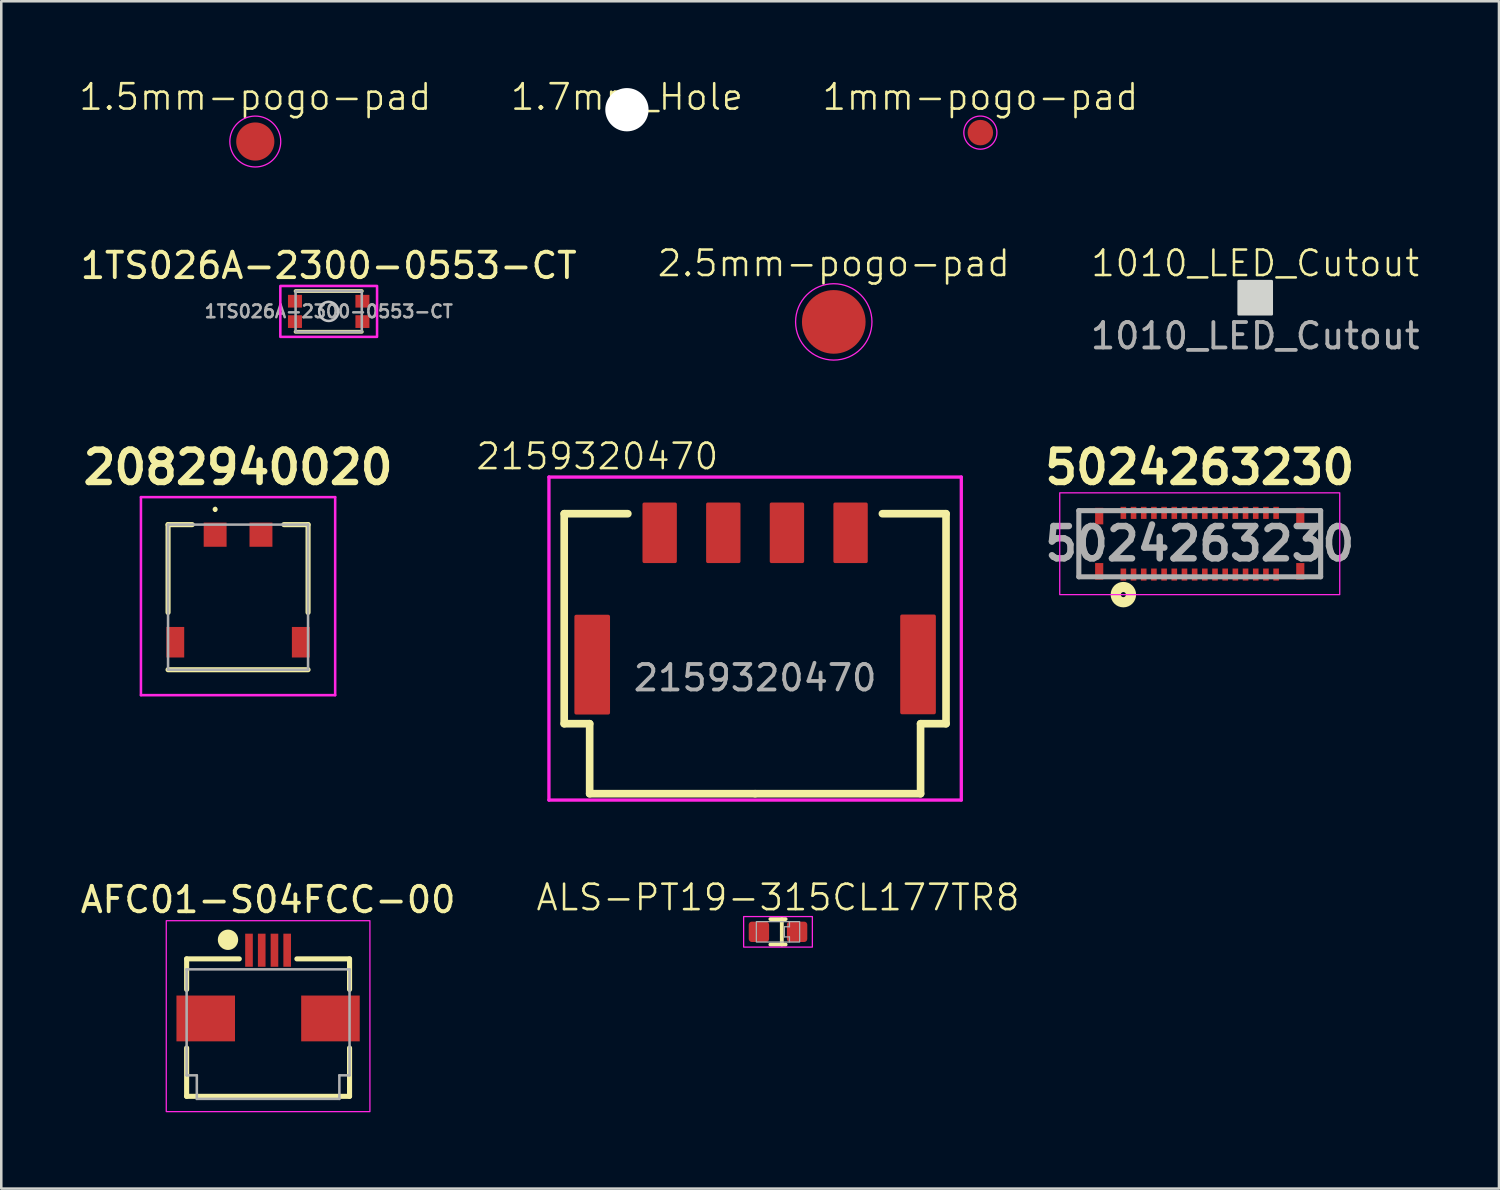
<source format=kicad_pcb>
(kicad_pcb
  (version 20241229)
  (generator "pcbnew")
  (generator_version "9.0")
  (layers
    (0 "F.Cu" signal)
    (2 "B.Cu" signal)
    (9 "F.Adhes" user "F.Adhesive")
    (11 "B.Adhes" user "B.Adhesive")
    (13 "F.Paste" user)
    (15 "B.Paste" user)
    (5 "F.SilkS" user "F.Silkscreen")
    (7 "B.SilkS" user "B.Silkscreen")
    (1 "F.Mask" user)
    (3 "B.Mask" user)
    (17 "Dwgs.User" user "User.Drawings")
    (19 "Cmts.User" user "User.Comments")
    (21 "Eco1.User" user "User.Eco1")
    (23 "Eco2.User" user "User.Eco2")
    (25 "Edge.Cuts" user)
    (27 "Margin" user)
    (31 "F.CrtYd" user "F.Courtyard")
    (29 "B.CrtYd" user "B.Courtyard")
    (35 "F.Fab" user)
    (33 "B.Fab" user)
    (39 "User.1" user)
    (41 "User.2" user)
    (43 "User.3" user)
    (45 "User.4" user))
  (footprint "2.5mm-pogo-pad"
    (layer "F.Cu")
    (at 29.705 9.596)
    (property "Reference" "2.5mm-pogo-pad" (at 0 -2.3 0) (unlocked yes) (layer "F.SilkS") (effects (font (size 1 1) (thickness 0.1))))
    (attr smd exclude_from_pos_files exclude_from_bom)
    (fp_circle (center 0 0) (end 1.5 0) (stroke (width 0.05) (type default)) (fill no) (layer "F.CrtYd"))
    (pad "1" smd circle (at 0 0) (size 2.5 2.5) (layers "F.Cu" "F.Mask")))
  (footprint "1mm-pogo-pad"
    (layer "F.Cu")
    (at 35.464 2.16)
    (property "Reference" "1mm-pogo-pad" (at 0 -1.4 0) (unlocked yes) (layer "F.SilkS") (effects (font (size 1 1) (thickness 0.1))))
    (attr smd exclude_from_pos_files exclude_from_bom)
    (fp_circle (center 0 0) (end 0 -0.65) (stroke (width 0.05) (type default)) (fill no) (layer "F.CrtYd"))
    (pad "1" smd circle (at 0 0) (size 1 1) (layers "F.Cu" "F.Mask")))
  (footprint "1.7mm_Hole"
    (layer "F.Cu")
    (at 21.579 1.26)
    (property "Reference" "1.7mm_Hole" (at 0 -0.5 0) (unlocked yes) (layer "F.SilkS") (effects (font (size 1 1) (thickness 0.1))))
    (pad "" np_thru_hole circle (at 0 0) (size 1.7 1.7) (drill 1.7) (layers "*.Cu" "*.Mask")))
  (footprint "AFC01-S04FCC-00"
    (layer "F.Cu")
    (at 7.482 35.62)
    (property "Reference" "AFC01-S04FCC-00" (at 0 -3.325 0) (layer "F.SilkS") (effects (font (size 1 1) (thickness 0.15))))
    (fp_line (start -3.2 -1) (end -3.2 0.2) (stroke (width 0.2) (type default)) (layer "F.SilkS"))
    (fp_line (start -3.2 2.5) (end -3.2 4.4) (stroke (width 0.2) (type default)) (layer "F.SilkS"))
    (fp_line (start -3.2 4.4) (end 3.2 4.4) (stroke (width 0.2) (type default)) (layer "F.SilkS"))
    (fp_line (start -1.131 -1) (end -3.2 -1) (stroke (width 0.2) (type default)) (layer "F.SilkS"))
    (fp_line (start 3.2 -1) (end 1.131 -1) (stroke (width 0.2) (type default)) (layer "F.SilkS"))
    (fp_line (start 3.2 0.2) (end 3.2 -1) (stroke (width 0.2) (type default)) (layer "F.SilkS"))
    (fp_line (start 3.2 4.4) (end 3.2 2.5) (stroke (width 0.2) (type default)) (layer "F.SilkS"))
    (fp_circle (center -1.575 -1.75) (end -1.375 -1.75) (stroke (width 0.4) (type default)) (fill no) (layer "F.SilkS"))
    (fp_rect (start -4 -2.5) (end 4 5) (stroke (width 0.05) (type default)) (fill no) (layer "F.CrtYd"))
    (fp_line (start -3.2 -0.59) (end 3.2 -0.59) (stroke (width 0.1) (type default)) (layer "F.Fab"))
    (fp_line (start -3.2 -0.58) (end -3.2 -0.59) (stroke (width 0.1) (type default)) (layer "F.Fab"))
    (fp_line (start -3.2 3.575) (end -3.2 -0.58) (stroke (width 0.1) (type default)) (layer "F.Fab"))
    (fp_line (start -2.8 3.575) (end -3.2 3.575) (stroke (width 0.1) (type default)) (layer "F.Fab"))
    (fp_line (start -2.8 4.5) (end -2.8 3.575) (stroke (width 0.1) (type default)) (layer "F.Fab"))
    (fp_line (start 2.8 3.575) (end 2.8 4.5) (stroke (width 0.1) (type default)) (layer "F.Fab"))
    (fp_line (start 2.8 4.5) (end -2.8 4.5) (stroke (width 0.1) (type default)) (layer "F.Fab"))
    (fp_line (start 3.2 -0.59) (end 3.2 3.575) (stroke (width 0.1) (type default)) (layer "F.Fab"))
    (fp_line (start 3.2 3.575) (end 2.8 3.575) (stroke (width 0.1) (type default)) (layer "F.Fab"))
    (pad "1" smd rect (at -0.75 -1.34) (size 0.3 1.3) (layers "F.Cu" "F.Mask" "F.Paste"))
    (pad "2" smd rect (at -0.25 -1.34) (size 0.3 1.3) (layers "F.Cu" "F.Mask" "F.Paste"))
    (pad "3" smd rect (at 0.25 -1.34) (size 0.3 1.3) (layers "F.Cu" "F.Mask" "F.Paste"))
    (pad "4" smd rect (at 0.75 -1.34) (size 0.3 1.3) (layers "F.Cu" "F.Mask" "F.Paste"))
    (pad "5" smd rect (at 2.45 1.34) (size 2.3 1.8) (layers "F.Cu" "F.Mask" "F.Paste"))
    (pad "6" smd rect (at -2.45 1.34) (size 2.3 1.8) (layers "F.Cu" "F.Mask" "F.Paste")))
  (footprint "2159320470"
    (layer "F.Cu")
    (at 26.615 17.881)
    (property "Reference" "2159320470" (at -6.2 -3 0) (unlocked yes) (layer "F.SilkS") (effects (font (size 1 1) (thickness 0.1))))
    (attr smd)
    (fp_line (start -7.5 -0.75) (end -7.5 7.5) (stroke (width 0.3) (type default)) (layer "F.SilkS"))
    (fp_line (start -7.5 7.5) (end -6.5 7.5) (stroke (width 0.3) (type default)) (layer "F.SilkS"))
    (fp_line (start -6.5 7.5) (end -6.5 10.25) (stroke (width 0.3) (type default)) (layer "F.SilkS"))
    (fp_line (start -6.5 10.25) (end 0 10.25) (stroke (width 0.3) (type default)) (layer "F.SilkS"))
    (fp_line (start -5 -0.75) (end -7.5 -0.75) (stroke (width 0.3) (type default)) (layer "F.SilkS"))
    (fp_line (start 5 -0.75) (end 7.5 -0.75) (stroke (width 0.3) (type default)) (layer "F.SilkS"))
    (fp_line (start 6.5 7.5) (end 6.5 10.25) (stroke (width 0.3) (type default)) (layer "F.SilkS"))
    (fp_line (start 6.5 10.25) (end 0 10.25) (stroke (width 0.3) (type default)) (layer "F.SilkS"))
    (fp_line (start 7.5 -0.75) (end 7.5 7.5) (stroke (width 0.3) (type default)) (layer "F.SilkS"))
    (fp_line (start 7.5 7.5) (end 6.5 7.5) (stroke (width 0.3) (type default)) (layer "F.SilkS"))
    (fp_line (start -8.1 -2.19) (end -8.1 10.5) (stroke (width 0.13) (type default)) (layer "F.CrtYd"))
    (fp_line (start -8.1 10.5) (end 8.1 10.5) (stroke (width 0.13) (type default)) (layer "F.CrtYd"))
    (fp_line (start 8.1 -2.19) (end -8.1 -2.19) (stroke (width 0.13) (type default)) (layer "F.CrtYd"))
    (fp_line (start 8.1 10.5) (end 8.1 -2.19) (stroke (width 0.13) (type default)) (layer "F.CrtYd"))
    (fp_text user "${REFERENCE}" (at 0 5.7 0) (unlocked yes) (layer "F.Fab") (effects (font (size 1 1) (thickness 0.15))))
    (pad "1" smd roundrect (at -3.75 0) (size 1.35 2.38) (layers "F.Cu" "F.Mask" "F.Paste") (roundrect_rratio 0.05))
    (pad "2" smd roundrect (at -1.25 0) (size 1.35 2.38) (layers "F.Cu" "F.Mask" "F.Paste") (roundrect_rratio 0.05))
    (pad "3" smd roundrect (at 1.25 0) (size 1.35 2.38) (layers "F.Cu" "F.Mask" "F.Paste") (roundrect_rratio 0.05))
    (pad "4" smd roundrect (at 3.75 0) (size 1.35 2.38) (layers "F.Cu" "F.Mask" "F.Paste") (roundrect_rratio 0.05))
    (pad "MP" smd roundrect (at -6.4 5.18) (size 1.4 3.92) (layers "F.Cu" "F.Mask" "F.Paste") (roundrect_rratio 0.05))
    (pad "MP" smd roundrect (at 6.4 5.17) (size 1.4 3.92) (layers "F.Cu" "F.Mask" "F.Paste") (roundrect_rratio 0.05)))
  (footprint "1.5mm-pogo-pad"
    (layer "F.Cu")
    (at 6.979 2.51)
    (property "Reference" "1.5mm-pogo-pad" (at 0 -1.75 0) (unlocked yes) (layer "F.SilkS") (effects (font (size 1 1) (thickness 0.1))))
    (attr smd exclude_from_pos_files exclude_from_bom)
    (fp_circle (center 0 0) (end 0 -1) (stroke (width 0.05) (type default)) (fill no) (layer "F.CrtYd"))
    (pad "1" smd circle (at 0 0) (size 1.5 1.5) (layers "F.Cu" "F.Mask")))
  (footprint "2082940020"
    (layer "F.Cu")
    (at 6.302 20.41)
    (property "Reference" "2082940020" (at 0 -5.1 0) (layer "F.SilkS") (effects (font (size 1.27 1.27) (thickness 0.254))))
    (attr smd)
    (fp_line (start -2.75 -2.85) (end -2.75 0.6) (stroke (width 0.2) (type solid)) (layer "F.SilkS"))
    (fp_line (start -2.75 2.85) (end 2.75 2.85) (stroke (width 0.2) (type solid)) (layer "F.SilkS"))
    (fp_line (start -1.8 -2.85) (end -2.75 -2.85) (stroke (width 0.2) (type solid)) (layer "F.SilkS"))
    (fp_line (start -0.9 -3.5) (end -0.9 -3.5) (stroke (width 0.1) (type solid)) (layer "F.SilkS"))
    (fp_line (start -0.9 -3.4) (end -0.9 -3.4) (stroke (width 0.1) (type solid)) (layer "F.SilkS"))
    (fp_line (start 2.75 -2.85) (end 1.8 -2.85) (stroke (width 0.2) (type solid)) (layer "F.SilkS"))
    (fp_line (start 2.75 0.6) (end 2.75 -2.85) (stroke (width 0.2) (type solid)) (layer "F.SilkS"))
    (fp_arc (start -0.9 -3.5) (mid -0.85 -3.45) (end -0.9 -3.4) (stroke (width 0.1) (type solid)) (layer "F.SilkS"))
    (fp_arc (start -0.9 -3.4) (mid -0.95 -3.45) (end -0.9 -3.5) (stroke (width 0.1) (type solid)) (layer "F.SilkS"))
    (fp_line (start -3.815 -3.93) (end 3.815 -3.93) (stroke (width 0.1) (type solid)) (layer "F.CrtYd"))
    (fp_line (start -3.815 3.85) (end -3.815 -3.93) (stroke (width 0.1) (type solid)) (layer "F.CrtYd"))
    (fp_line (start 3.815 -3.93) (end 3.815 3.85) (stroke (width 0.1) (type solid)) (layer "F.CrtYd"))
    (fp_line (start 3.815 3.85) (end -3.815 3.85) (stroke (width 0.1) (type solid)) (layer "F.CrtYd"))
    (fp_line (start -2.75 -2.85) (end -2.75 2.85) (stroke (width 0.1) (type solid)) (layer "F.Fab"))
    (fp_line (start -2.75 2.85) (end 2.75 2.85) (stroke (width 0.1) (type solid)) (layer "F.Fab"))
    (fp_line (start 2.75 -2.85) (end -2.75 -2.85) (stroke (width 0.1) (type solid)) (layer "F.Fab"))
    (fp_line (start 2.75 2.85) (end 2.75 -2.85) (stroke (width 0.1) (type solid)) (layer "F.Fab"))
    (pad "1" smd rect (at -0.9 -2.455) (size 0.9 0.95) (layers "F.Cu" "F.Mask" "F.Paste"))
    (pad "2" smd rect (at 0.9 -2.455) (size 0.9 0.95) (layers "F.Cu" "F.Mask" "F.Paste"))
    (pad "MP1" smd rect (at -2.465 1.77) (size 0.7 1.2) (layers "F.Cu" "F.Mask" "F.Paste"))
    (pad "MP2" smd rect (at 2.465 1.77) (size 0.7 1.2) (layers "F.Cu" "F.Mask" "F.Paste")))
  (footprint "1010_LED_Cutout"
    (layer "F.Cu")
    (at 46.261 8.646)
    (property "Reference" "1010_LED_Cutout" (at 0 -1.35 0) (unlocked yes) (layer "F.SilkS") (effects (font (size 1 1) (thickness 0.1))))
    (fp_rect (start -0.65 -0.65) (end 0.65 0.65) (stroke (width 0.1) (type solid)) (fill yes) (layer "Edge.Cuts"))
    (fp_text user "${REFERENCE}" (at 0 1.5 0) (unlocked yes) (layer "F.Fab") (effects (font (size 1 1) (thickness 0.15)))))
  (footprint "5024263230"
    (layer "F.Cu")
    (at 44.082 18.31)
    (property "Reference" "5024263230" (at 0 -3 0) (layer "F.SilkS") (effects (font (size 1.27 1.27) (thickness 0.254))))
    (attr smd)
    (fp_line (start -4.75 -1.212) (end -4.75 -1.212) (stroke (width 0.1) (type solid)) (layer "F.SilkS"))
    (fp_line (start -4.75 -1.212) (end -4.75 1.212) (stroke (width 0.1) (type solid)) (layer "F.SilkS"))
    (fp_line (start -4.75 1.212) (end -4.75 -1.212) (stroke (width 0.1) (type solid)) (layer "F.SilkS"))
    (fp_line (start -4.75 1.212) (end -4.75 1.212) (stroke (width 0.1) (type solid)) (layer "F.SilkS"))
    (fp_line (start 4.75 -1.25) (end 4.75 -1.25) (stroke (width 0.1) (type solid)) (layer "F.SilkS"))
    (fp_line (start 4.75 -1.25) (end 4.75 1.25) (stroke (width 0.1) (type solid)) (layer "F.SilkS"))
    (fp_line (start 4.75 1.25) (end 4.75 -1.25) (stroke (width 0.1) (type solid)) (layer "F.SilkS"))
    (fp_line (start 4.75 1.25) (end 4.75 1.25) (stroke (width 0.1) (type solid)) (layer "F.SilkS"))
    (fp_circle (center -3 2) (end -2.9 2) (stroke (width 0.4) (type solid)) (fill no) (layer "F.SilkS"))
    (fp_rect (start -5.5 -2) (end 5.5 2) (stroke (width 0.05) (type default)) (fill no) (layer "F.CrtYd"))
    (fp_line (start -4.75 -1.3) (end -4.75 1.3) (stroke (width 0.2) (type solid)) (layer "F.Fab"))
    (fp_line (start -4.75 1.3) (end 4.75 1.3) (stroke (width 0.2) (type solid)) (layer "F.Fab"))
    (fp_line (start 4.75 -1.3) (end -4.75 -1.3) (stroke (width 0.2) (type solid)) (layer "F.Fab"))
    (fp_line (start 4.75 1.3) (end 4.75 -1.3) (stroke (width 0.2) (type solid)) (layer "F.Fab"))
    (fp_text user "${REFERENCE}" (at 0 0 0) (layer "F.Fab") (effects (font (size 1.27 1.27) (thickness 0.254))))
    (pad "1" smd rect (at -3 1.212) (size 0.22 0.475) (layers "F.Cu" "F.Mask" "F.Paste"))
    (pad "2" smd rect (at -3 -1.212) (size 0.22 0.475) (layers "F.Cu" "F.Mask" "F.Paste"))
    (pad "3" smd rect (at -2.6 1.212) (size 0.22 0.475) (layers "F.Cu" "F.Mask" "F.Paste"))
    (pad "4" smd rect (at -2.6 -1.212) (size 0.22 0.475) (layers "F.Cu" "F.Mask" "F.Paste"))
    (pad "5" smd rect (at -2.2 1.212) (size 0.22 0.475) (layers "F.Cu" "F.Mask" "F.Paste"))
    (pad "6" smd rect (at -2.2 -1.212) (size 0.22 0.475) (layers "F.Cu" "F.Mask" "F.Paste"))
    (pad "7" smd rect (at -1.8 1.212) (size 0.22 0.475) (layers "F.Cu" "F.Mask" "F.Paste"))
    (pad "8" smd rect (at -1.8 -1.212) (size 0.22 0.475) (layers "F.Cu" "F.Mask" "F.Paste"))
    (pad "9" smd rect (at -1.4 1.212) (size 0.22 0.475) (layers "F.Cu" "F.Mask" "F.Paste"))
    (pad "10" smd rect (at -1.4 -1.212) (size 0.22 0.475) (layers "F.Cu" "F.Mask" "F.Paste"))
    (pad "11" smd rect (at -1 1.212) (size 0.22 0.475) (layers "F.Cu" "F.Mask" "F.Paste"))
    (pad "12" smd rect (at -1 -1.212) (size 0.22 0.475) (layers "F.Cu" "F.Mask" "F.Paste"))
    (pad "13" smd rect (at -0.6 1.212) (size 0.22 0.475) (layers "F.Cu" "F.Mask" "F.Paste"))
    (pad "14" smd rect (at -0.6 -1.212) (size 0.22 0.475) (layers "F.Cu" "F.Mask" "F.Paste"))
    (pad "15" smd rect (at -0.2 1.212) (size 0.22 0.475) (layers "F.Cu" "F.Mask" "F.Paste"))
    (pad "16" smd rect (at -0.2 -1.212) (size 0.22 0.475) (layers "F.Cu" "F.Mask" "F.Paste"))
    (pad "17" smd rect (at 0.2 1.212) (size 0.22 0.475) (layers "F.Cu" "F.Mask" "F.Paste"))
    (pad "18" smd rect (at 0.2 -1.212) (size 0.22 0.475) (layers "F.Cu" "F.Mask" "F.Paste"))
    (pad "19" smd rect (at 0.6 1.212) (size 0.22 0.475) (layers "F.Cu" "F.Mask" "F.Paste"))
    (pad "20" smd rect (at 0.6 -1.212) (size 0.22 0.475) (layers "F.Cu" "F.Mask" "F.Paste"))
    (pad "21" smd rect (at 1 1.212) (size 0.22 0.475) (layers "F.Cu" "F.Mask" "F.Paste"))
    (pad "22" smd rect (at 1 -1.212) (size 0.22 0.475) (layers "F.Cu" "F.Mask" "F.Paste"))
    (pad "23" smd rect (at 1.4 1.212) (size 0.22 0.475) (layers "F.Cu" "F.Mask" "F.Paste"))
    (pad "24" smd rect (at 1.4 -1.212) (size 0.22 0.475) (layers "F.Cu" "F.Mask" "F.Paste"))
    (pad "25" smd rect (at 1.8 1.212) (size 0.22 0.475) (layers "F.Cu" "F.Mask" "F.Paste"))
    (pad "26" smd rect (at 1.8 -1.212) (size 0.22 0.475) (layers "F.Cu" "F.Mask" "F.Paste"))
    (pad "27" smd rect (at 2.2 1.212) (size 0.22 0.475) (layers "F.Cu" "F.Mask" "F.Paste"))
    (pad "28" smd rect (at 2.2 -1.212) (size 0.22 0.475) (layers "F.Cu" "F.Mask" "F.Paste"))
    (pad "29" smd rect (at 2.6 1.212) (size 0.22 0.475) (layers "F.Cu" "F.Mask" "F.Paste"))
    (pad "30" smd rect (at 2.6 -1.212) (size 0.22 0.475) (layers "F.Cu" "F.Mask" "F.Paste"))
    (pad "31" smd rect (at 3 1.212) (size 0.22 0.475) (layers "F.Cu" "F.Mask" "F.Paste"))
    (pad "32" smd rect (at 3 -1.212) (size 0.22 0.475) (layers "F.Cu" "F.Mask" "F.Paste"))
    (pad "MP1" smd rect (at -3.95 1.085) (size 0.32 0.65) (layers "F.Cu" "F.Mask" "F.Paste"))
    (pad "MP2" smd rect (at -3.95 -1.085) (size 0.32 0.65) (layers "F.Cu" "F.Mask" "F.Paste"))
    (pad "MP3" smd rect (at 3.95 1.085) (size 0.32 0.65) (layers "F.Cu" "F.Mask" "F.Paste"))
    (pad "MP4" smd rect (at 3.95 -1.085) (size 0.32 0.65) (layers "F.Cu" "F.Mask" "F.Paste")))
  (footprint "1TS026A-2300-0553-CT"
    (layer "F.Cu")
    (at 9.863 9.184)
    (property "Reference" "1TS026A-2300-0553-CT" (at 0 -1.8 0) (unlocked yes) (layer "F.SilkS") (effects (font (size 1 1) (thickness 0.15))))
    (attr smd)
    (fp_line (start 1.3 -0.8) (end -1.3 -0.8) (stroke (width 0.15) (type solid)) (layer "F.SilkS"))
    (fp_line (start 1.3 0.8) (end -1.3 0.8) (stroke (width 0.15) (type solid)) (layer "F.SilkS"))
    (fp_circle (center 0 0) (end 0.375 0) (stroke (width 0.1) (type default)) (fill no) (layer "Dwgs.User"))
    (fp_rect (start -1.9 -1) (end 1.9 1) (stroke (width 0.1) (type solid)) (fill no) (layer "F.CrtYd"))
    (fp_rect (start -1.3 -0.8) (end 1.3 0.8) (stroke (width 0.1) (type solid)) (fill no) (layer "F.Fab"))
    (fp_text user "${REFERENCE}" (at 0 0 0) (unlocked yes) (layer "F.Fab") (effects (font (size 0.5 0.5) (thickness 0.1))))
    (pad "1" smd rect (at -1.325 -0.4) (size 0.55 0.5) (layers "F.Cu" "F.Mask" "F.Paste"))
    (pad "2" smd rect (at -1.325 0.4) (size 0.55 0.5) (layers "F.Cu" "F.Mask" "F.Paste"))
    (pad "3" smd rect (at 1.325 -0.4) (size 0.55 0.5) (layers "F.Cu" "F.Mask" "F.Paste"))
    (pad "4" smd rect (at 1.325 0.4) (size 0.55 0.5) (layers "F.Cu" "F.Mask" "F.Paste")))
  (footprint "ALS-PT19-315CL177TR8"
    (layer "F.Cu")
    (at 27.514 33.557)
    (property "Reference" "ALS-PT19-315CL177TR8" (at 0 -1.35 0) (unlocked yes) (layer "F.SilkS") (effects (font (size 1 1) (thickness 0.1))))
    (attr smd)
    (fp_line (start -0.3 -0.5) (end 0.3 -0.5) (stroke (width 0.15) (type default)) (layer "F.SilkS"))
    (fp_line (start -0.3 0.5) (end 0.3 0.5) (stroke (width 0.15) (type default)) (layer "F.SilkS"))
    (fp_line (start 0.15 0.5) (end 0.15 -0.5) (stroke (width 0.15) (type default)) (layer "F.SilkS"))
    (fp_rect (start -1.35 -0.6) (end 1.35 0.6) (stroke (width 0.05) (type default)) (fill no) (layer "F.CrtYd"))
    (fp_line (start 0.25 -0.2) (end 0.25 0.2) (stroke (width 0.05) (type default)) (layer "F.Fab"))
    (fp_line (start 0.25 -0.2) (end 0.45 -0.2) (stroke (width 0.05) (type default)) (layer "F.Fab"))
    (fp_line (start 0.25 0.2) (end 0.45 0.2) (stroke (width 0.05) (type default)) (layer "F.Fab"))
    (fp_line (start 0.45 -0.2) (end 0.45 -0.4) (stroke (width 0.05) (type default)) (layer "F.Fab"))
    (fp_line (start 0.45 0.2) (end 0.45 0.4) (stroke (width 0.05) (type default)) (layer "F.Fab"))
    (fp_rect (start -0.85 -0.4) (end 0.85 0.4) (stroke (width 0.05) (type default)) (fill no) (layer "F.Fab"))
    (pad "1" smd roundrect (at -0.75 0) (size 0.8 0.8) (layers "F.Cu" "F.Mask" "F.Paste") (roundrect_rratio 0.15))
    (pad "2" smd roundrect (at 0.75 0) (size 0.8 0.8) (layers "F.Cu" "F.Mask" "F.Paste") (roundrect_rratio 0.15)))
  (gr_rect
    (start -3 -3)
    (end 55.838 43.645)
    (stroke (width 0.1) (type default))
    (fill no)
    (layer "Edge.Cuts")))
</source>
